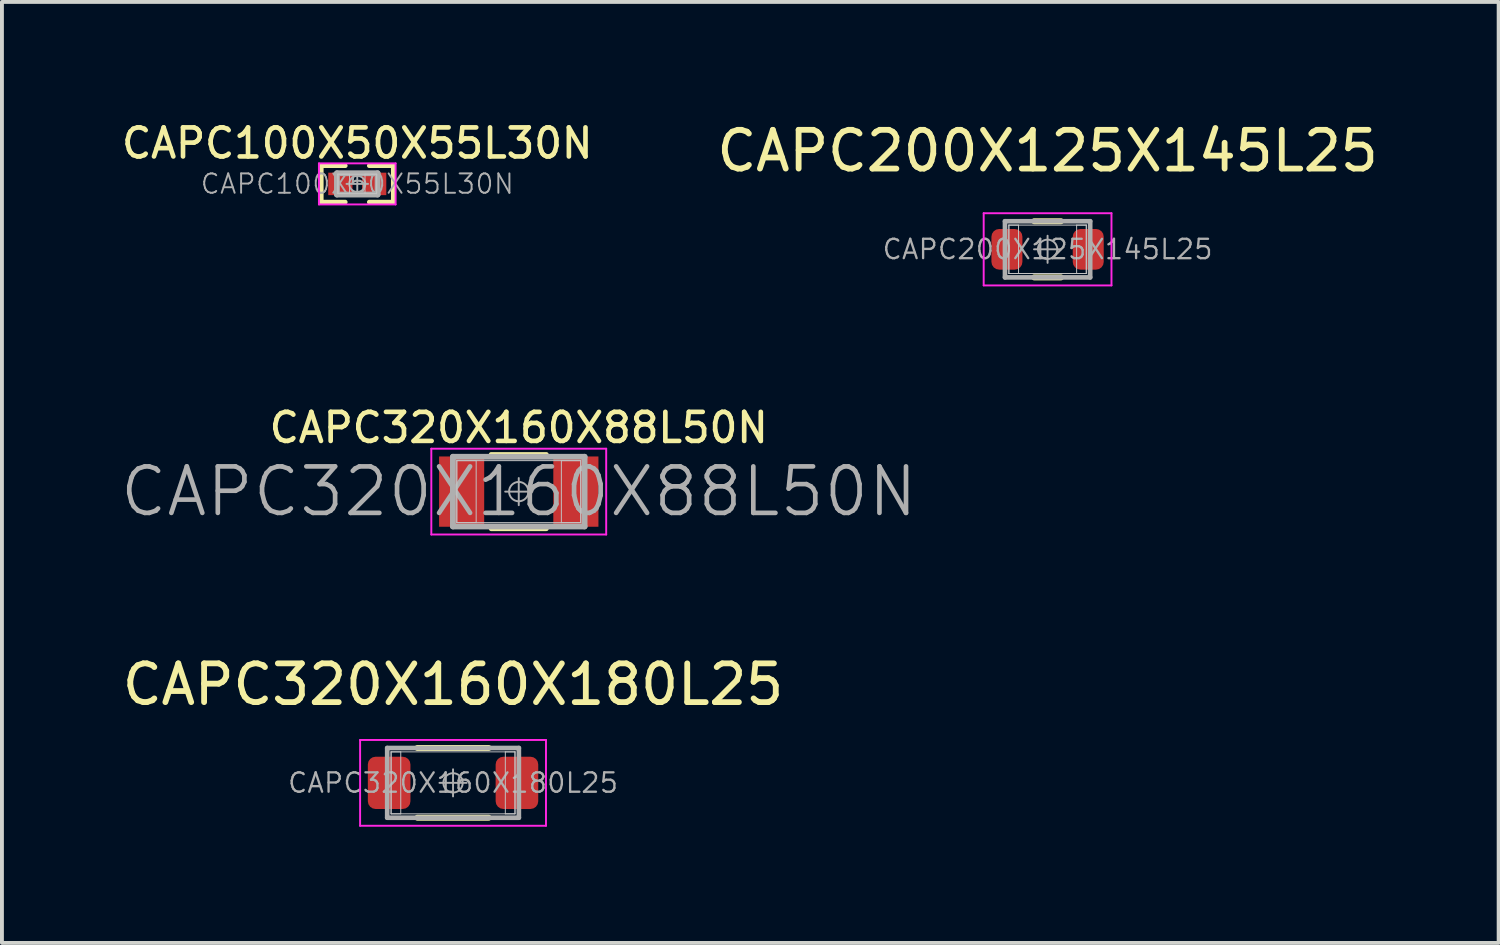
<source format=kicad_pcb>
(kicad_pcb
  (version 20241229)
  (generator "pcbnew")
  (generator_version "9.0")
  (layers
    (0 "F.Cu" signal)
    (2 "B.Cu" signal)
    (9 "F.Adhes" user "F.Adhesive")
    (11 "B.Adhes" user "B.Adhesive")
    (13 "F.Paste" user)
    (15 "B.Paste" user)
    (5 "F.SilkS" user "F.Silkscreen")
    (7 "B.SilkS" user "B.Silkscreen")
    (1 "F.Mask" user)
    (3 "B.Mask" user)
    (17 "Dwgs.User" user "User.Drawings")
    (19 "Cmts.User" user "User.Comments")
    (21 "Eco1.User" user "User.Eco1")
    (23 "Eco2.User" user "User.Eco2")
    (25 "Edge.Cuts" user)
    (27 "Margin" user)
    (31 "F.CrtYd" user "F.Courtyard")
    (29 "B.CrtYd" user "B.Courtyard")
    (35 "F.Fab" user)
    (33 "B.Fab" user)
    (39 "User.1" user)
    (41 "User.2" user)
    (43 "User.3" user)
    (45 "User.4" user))
  (footprint "CAPC100X50X55L30N"
    (layer "F.Cu")
    (at 6.176 1.699)
    (property "Reference" "CAPC100X50X55L30N" (at 0 -1.05 0) (layer "F.SilkS") (effects (font (size 0.75 0.75) (thickness 0.12))))
    (attr smd)
    (fp_line (start -0.93 -0.47) (end -0.31 -0.47) (stroke (width 0.12) (type solid)) (layer "F.SilkS"))
    (fp_line (start -0.93 0.47) (end -0.93 -0.47) (stroke (width 0.12) (type solid)) (layer "F.SilkS"))
    (fp_line (start -0.31 0.47) (end -0.93 0.47) (stroke (width 0.12) (type solid)) (layer "F.SilkS"))
    (fp_line (start 0.31 0.47) (end 0.93 0.47) (stroke (width 0.12) (type solid)) (layer "F.SilkS"))
    (fp_line (start 0.93 -0.47) (end 0.31 -0.47) (stroke (width 0.12) (type solid)) (layer "F.SilkS"))
    (fp_line (start 0.93 0.47) (end 0.93 -0.47) (stroke (width 0.12) (type solid)) (layer "F.SilkS"))
    (fp_line (start -0.5 -0.25) (end -0.2 -0.25) (stroke (width 0.025) (type solid)) (layer "Dwgs.User"))
    (fp_line (start -0.5 -0.25) (end 0.5 -0.25) (stroke (width 0.025) (type solid)) (layer "Dwgs.User"))
    (fp_line (start -0.5 0.25) (end -0.5 -0.25) (stroke (width 0.025) (type solid)) (layer "Dwgs.User"))
    (fp_line (start -0.5 0.25) (end -0.5 -0.25) (stroke (width 0.025) (type solid)) (layer "Dwgs.User"))
    (fp_line (start -0.2 -0.25) (end -0.2 0.25) (stroke (width 0.025) (type solid)) (layer "Dwgs.User"))
    (fp_line (start -0.2 0.25) (end -0.5 0.25) (stroke (width 0.025) (type solid)) (layer "Dwgs.User"))
    (fp_line (start 0.2 -0.25) (end 0.5 -0.25) (stroke (width 0.025) (type solid)) (layer "Dwgs.User"))
    (fp_line (start 0.2 0.25) (end 0.2 -0.25) (stroke (width 0.025) (type solid)) (layer "Dwgs.User"))
    (fp_line (start 0.5 -0.25) (end 0.5 0.25) (stroke (width 0.025) (type solid)) (layer "Dwgs.User"))
    (fp_line (start 0.5 -0.25) (end 0.5 0.25) (stroke (width 0.025) (type solid)) (layer "Dwgs.User"))
    (fp_line (start 0.5 0.25) (end -0.5 0.25) (stroke (width 0.025) (type solid)) (layer "Dwgs.User"))
    (fp_line (start 0.5 0.25) (end 0.2 0.25) (stroke (width 0.025) (type solid)) (layer "Dwgs.User"))
    (fp_line (start -0.99 -0.53) (end 0.99 -0.53) (stroke (width 0.05) (type solid)) (layer "F.CrtYd"))
    (fp_line (start -0.99 0.53) (end -0.99 -0.53) (stroke (width 0.05) (type solid)) (layer "F.CrtYd"))
    (fp_line (start 0.99 -0.53) (end 0.99 0.53) (stroke (width 0.05) (type solid)) (layer "F.CrtYd"))
    (fp_line (start 0.99 0.53) (end -0.99 0.53) (stroke (width 0.05) (type solid)) (layer "F.CrtYd"))
    (fp_line (start -0.525 -0.275) (end 0.525 -0.275) (stroke (width 0.15) (type solid)) (layer "F.Fab"))
    (fp_line (start -0.525 0.275) (end -0.525 -0.275) (stroke (width 0.15) (type solid)) (layer "F.Fab"))
    (fp_line (start 0 -0.278) (end 0 0.278) (stroke (width 0.05) (type solid)) (layer "F.Fab"))
    (fp_line (start 0.278 0) (end -0.278 0) (stroke (width 0.05) (type solid)) (layer "F.Fab"))
    (fp_line (start 0.525 -0.275) (end 0.525 0.275) (stroke (width 0.15) (type solid)) (layer "F.Fab"))
    (fp_line (start 0.525 0.275) (end -0.525 0.275) (stroke (width 0.15) (type solid)) (layer "F.Fab"))
    (fp_circle (center 0 0) (end 0.208 0) (stroke (width 0.05) (type solid)) (fill no) (layer "F.Fab"))
    (fp_text user "${REFERENCE}" (at 0 0 0) (layer "F.Fab") (effects (font (size 0.5 0.5) (thickness 0.05))))
    (pad "1" smd rect (at -0.437 0) (size 0.625 0.58) (layers "F.Cu" "F.Mask" "F.Paste"))
    (pad "2" smd rect (at 0.437 0) (size 0.625 0.58) (layers "F.Cu" "F.Mask" "F.Paste")))
  (footprint "CAPC320X160X88L50N"
    (layer "F.Cu")
    (at 10.346 9.645)
    (property "Reference" "CAPC320X160X88L50N" (at 0 -1.65 0) (layer "F.SilkS") (effects (font (size 0.75 0.75) (thickness 0.12))))
    (attr smd)
    (fp_line (start -0.713 -0.96) (end 0.713 -0.96) (stroke (width 0.12) (type solid)) (layer "F.SilkS"))
    (fp_line (start -0.713 0.96) (end 0.713 0.96) (stroke (width 0.12) (type solid)) (layer "F.SilkS"))
    (fp_line (start -1.6 -0.8) (end -1.1 -0.8) (stroke (width 0.025) (type solid)) (layer "Dwgs.User"))
    (fp_line (start -1.6 -0.8) (end 1.6 -0.8) (stroke (width 0.025) (type solid)) (layer "Dwgs.User"))
    (fp_line (start -1.6 0.8) (end -1.6 -0.8) (stroke (width 0.025) (type solid)) (layer "Dwgs.User"))
    (fp_line (start -1.6 0.8) (end -1.6 -0.8) (stroke (width 0.025) (type solid)) (layer "Dwgs.User"))
    (fp_line (start -1.1 -0.8) (end -1.1 0.8) (stroke (width 0.025) (type solid)) (layer "Dwgs.User"))
    (fp_line (start -1.1 0.8) (end -1.6 0.8) (stroke (width 0.025) (type solid)) (layer "Dwgs.User"))
    (fp_line (start 1.1 -0.8) (end 1.6 -0.8) (stroke (width 0.025) (type solid)) (layer "Dwgs.User"))
    (fp_line (start 1.1 0.8) (end 1.1 -0.8) (stroke (width 0.025) (type solid)) (layer "Dwgs.User"))
    (fp_line (start 1.6 -0.8) (end 1.6 0.8) (stroke (width 0.025) (type solid)) (layer "Dwgs.User"))
    (fp_line (start 1.6 -0.8) (end 1.6 0.8) (stroke (width 0.025) (type solid)) (layer "Dwgs.User"))
    (fp_line (start 1.6 0.8) (end -1.6 0.8) (stroke (width 0.025) (type solid)) (layer "Dwgs.User"))
    (fp_line (start 1.6 0.8) (end 1.1 0.8) (stroke (width 0.025) (type solid)) (layer "Dwgs.User"))
    (fp_line (start -2.258 -1.108) (end 2.258 -1.108) (stroke (width 0.05) (type solid)) (layer "F.CrtYd"))
    (fp_line (start -2.258 1.108) (end -2.258 -1.108) (stroke (width 0.05) (type solid)) (layer "F.CrtYd"))
    (fp_line (start 2.258 -1.108) (end 2.258 1.108) (stroke (width 0.05) (type solid)) (layer "F.CrtYd"))
    (fp_line (start 2.258 1.108) (end -2.258 1.108) (stroke (width 0.05) (type solid)) (layer "F.CrtYd"))
    (fp_line (start -1.7 -0.9) (end 1.7 -0.9) (stroke (width 0.15) (type solid)) (layer "F.Fab"))
    (fp_line (start -1.7 0.9) (end -1.7 -0.9) (stroke (width 0.15) (type solid)) (layer "F.Fab"))
    (fp_line (start 0 -0.35) (end 0 0.35) (stroke (width 0.05) (type solid)) (layer "F.Fab"))
    (fp_line (start 0.35 0) (end -0.35 0) (stroke (width 0.05) (type solid)) (layer "F.Fab"))
    (fp_line (start 1.7 -0.9) (end 1.7 0.9) (stroke (width 0.15) (type solid)) (layer "F.Fab"))
    (fp_line (start 1.7 0.9) (end -1.7 0.9) (stroke (width 0.15) (type solid)) (layer "F.Fab"))
    (fp_circle (center 0 0) (end 0.25 0) (stroke (width 0.05) (type solid)) (fill no) (layer "F.Fab"))
    (fp_text user "${REFERENCE}" (at 0 0 0) (layer "F.Fab") (effects (font (size 1.2 1.2) (thickness 0.12))))
    (pad "1" smd rect (at -1.475 0) (size 1.165 1.815) (layers "F.Cu" "F.Mask" "F.Paste"))
    (pad "2" smd rect (at 1.475 0) (size 1.165 1.815) (layers "F.Cu" "F.Mask" "F.Paste")))
  (footprint "CAPC200X125X145L25"
    (layer "F.Cu")
    (at 24.002 3.388)
    (property "Reference" "CAPC200X125X145L25" (at 0 -2.54 0) (layer "F.SilkS") (effects (font (size 1 1) (thickness 0.15))))
    (attr smd)
    (fp_line (start -0.345 -0.725) (end 0.345 -0.725) (stroke (width 0.155) (type solid)) (layer "F.SilkS"))
    (fp_line (start -0.345 0.725) (end 0.345 0.725) (stroke (width 0.155) (type solid)) (layer "F.SilkS"))
    (fp_line (start -1 -0.625) (end -0.75 -0.625) (stroke (width 0.025) (type solid)) (layer "Dwgs.User"))
    (fp_line (start -1 -0.625) (end 1 -0.625) (stroke (width 0.025) (type solid)) (layer "Dwgs.User"))
    (fp_line (start -1 0.625) (end -1 -0.625) (stroke (width 0.025) (type solid)) (layer "Dwgs.User"))
    (fp_line (start -1 0.625) (end -1 -0.625) (stroke (width 0.025) (type solid)) (layer "Dwgs.User"))
    (fp_line (start -0.75 -0.625) (end -0.75 0.625) (stroke (width 0.025) (type solid)) (layer "Dwgs.User"))
    (fp_line (start -0.75 0.625) (end -1 0.625) (stroke (width 0.025) (type solid)) (layer "Dwgs.User"))
    (fp_line (start 0.75 -0.625) (end 1 -0.625) (stroke (width 0.025) (type solid)) (layer "Dwgs.User"))
    (fp_line (start 0.75 0.625) (end 0.75 -0.625) (stroke (width 0.025) (type solid)) (layer "Dwgs.User"))
    (fp_line (start 1 -0.625) (end 1 0.625) (stroke (width 0.025) (type solid)) (layer "Dwgs.User"))
    (fp_line (start 1 -0.625) (end 1 0.625) (stroke (width 0.025) (type solid)) (layer "Dwgs.User"))
    (fp_line (start 1 0.625) (end -1 0.625) (stroke (width 0.025) (type solid)) (layer "Dwgs.User"))
    (fp_line (start 1 0.625) (end 0.75 0.625) (stroke (width 0.025) (type solid)) (layer "Dwgs.User"))
    (fp_line (start -1.65 -0.932) (end 1.65 -0.932) (stroke (width 0.05) (type solid)) (layer "F.CrtYd"))
    (fp_line (start -1.65 0.932) (end -1.65 -0.932) (stroke (width 0.05) (type solid)) (layer "F.CrtYd"))
    (fp_line (start 1.65 -0.932) (end 1.65 0.932) (stroke (width 0.05) (type solid)) (layer "F.CrtYd"))
    (fp_line (start 1.65 0.932) (end -1.65 0.932) (stroke (width 0.05) (type solid)) (layer "F.CrtYd"))
    (fp_line (start -1.1 -0.725) (end 1.1 -0.725) (stroke (width 0.12) (type solid)) (layer "F.Fab"))
    (fp_line (start -1.1 0.725) (end -1.1 -0.725) (stroke (width 0.12) (type solid)) (layer "F.Fab"))
    (fp_line (start 0 -0.35) (end 0 0.35) (stroke (width 0.05) (type solid)) (layer "F.Fab"))
    (fp_line (start 0.35 0) (end -0.35 0) (stroke (width 0.05) (type solid)) (layer "F.Fab"))
    (fp_line (start 1.1 -0.725) (end 1.1 0.725) (stroke (width 0.12) (type solid)) (layer "F.Fab"))
    (fp_line (start 1.1 0.725) (end -1.1 0.725) (stroke (width 0.12) (type solid)) (layer "F.Fab"))
    (fp_circle (center 0 0) (end 0.25 0) (stroke (width 0.05) (type solid)) (fill no) (layer "F.Fab"))
    (fp_text user "${REFERENCE}" (at 0 0 0) (layer "F.Fab") (effects (font (size 0.5 0.5) (thickness 0.06))))
    (pad "1" smd roundrect (at -1.05 0) (size 0.8 1.05) (layers "F.Cu" "F.Mask" "F.Paste") (roundrect_rratio 0.25))
    (pad "2" smd roundrect (at 1.05 0) (size 0.8 1.05) (layers "F.Cu" "F.Mask" "F.Paste") (roundrect_rratio 0.25)))
  (footprint "CAPC320X160X180L25"
    (layer "F.Cu")
    (at 8.649 17.166)
    (property "Reference" "CAPC320X160X180L25" (at 0 -2.54 0) (layer "F.SilkS") (effects (font (size 1 1) (thickness 0.15))))
    (attr smd)
    (fp_line (start -0.92 -0.9) (end 0.92 -0.9) (stroke (width 0.155) (type solid)) (layer "F.SilkS"))
    (fp_line (start -0.92 0.9) (end 0.92 0.9) (stroke (width 0.155) (type solid)) (layer "F.SilkS"))
    (fp_line (start -1.6 -0.8) (end -1.35 -0.8) (stroke (width 0.025) (type solid)) (layer "Dwgs.User"))
    (fp_line (start -1.6 -0.8) (end 1.6 -0.8) (stroke (width 0.025) (type solid)) (layer "Dwgs.User"))
    (fp_line (start -1.6 0.8) (end -1.6 -0.8) (stroke (width 0.025) (type solid)) (layer "Dwgs.User"))
    (fp_line (start -1.6 0.8) (end -1.6 -0.8) (stroke (width 0.025) (type solid)) (layer "Dwgs.User"))
    (fp_line (start -1.35 -0.8) (end -1.35 0.8) (stroke (width 0.025) (type solid)) (layer "Dwgs.User"))
    (fp_line (start -1.35 0.8) (end -1.6 0.8) (stroke (width 0.025) (type solid)) (layer "Dwgs.User"))
    (fp_line (start 1.35 -0.8) (end 1.6 -0.8) (stroke (width 0.025) (type solid)) (layer "Dwgs.User"))
    (fp_line (start 1.35 0.8) (end 1.35 -0.8) (stroke (width 0.025) (type solid)) (layer "Dwgs.User"))
    (fp_line (start 1.6 -0.8) (end 1.6 0.8) (stroke (width 0.025) (type solid)) (layer "Dwgs.User"))
    (fp_line (start 1.6 -0.8) (end 1.6 0.8) (stroke (width 0.025) (type solid)) (layer "Dwgs.User"))
    (fp_line (start 1.6 0.8) (end -1.6 0.8) (stroke (width 0.025) (type solid)) (layer "Dwgs.User"))
    (fp_line (start 1.6 0.8) (end 1.35 0.8) (stroke (width 0.025) (type solid)) (layer "Dwgs.User"))
    (fp_line (start -2.4 -1.108) (end 2.4 -1.108) (stroke (width 0.05) (type solid)) (layer "F.CrtYd"))
    (fp_line (start -2.4 1.108) (end -2.4 -1.108) (stroke (width 0.05) (type solid)) (layer "F.CrtYd"))
    (fp_line (start 2.4 -1.108) (end 2.4 1.108) (stroke (width 0.05) (type solid)) (layer "F.CrtYd"))
    (fp_line (start 2.4 1.108) (end -2.4 1.108) (stroke (width 0.05) (type solid)) (layer "F.CrtYd"))
    (fp_line (start -1.7 -0.9) (end 1.7 -0.9) (stroke (width 0.12) (type solid)) (layer "F.Fab"))
    (fp_line (start -1.7 0.9) (end -1.7 -0.9) (stroke (width 0.12) (type solid)) (layer "F.Fab"))
    (fp_line (start 0 -0.35) (end 0 0.35) (stroke (width 0.05) (type solid)) (layer "F.Fab"))
    (fp_line (start 0.35 0) (end -0.35 0) (stroke (width 0.05) (type solid)) (layer "F.Fab"))
    (fp_line (start 1.7 -0.9) (end 1.7 0.9) (stroke (width 0.12) (type solid)) (layer "F.Fab"))
    (fp_line (start 1.7 0.9) (end -1.7 0.9) (stroke (width 0.12) (type solid)) (layer "F.Fab"))
    (fp_circle (center 0 0) (end 0.25 0) (stroke (width 0.05) (type solid)) (fill no) (layer "F.Fab"))
    (fp_text user "${REFERENCE}" (at 0 0 0) (layer "F.Fab") (effects (font (size 0.5 0.5) (thickness 0.06))))
    (pad "1" smd roundrect (at -1.65 0) (size 1.1 1.35) (layers "F.Cu" "F.Mask" "F.Paste") (roundrect_rratio 0.182))
    (pad "2" smd roundrect (at 1.65 0) (size 1.1 1.35) (layers "F.Cu" "F.Mask" "F.Paste") (roundrect_rratio 0.182)))
  (gr_rect
    (start -3 -3)
    (end 35.65 21.299)
    (stroke (width 0.1) (type default))
    (fill no)
    (layer "Edge.Cuts")))
</source>
